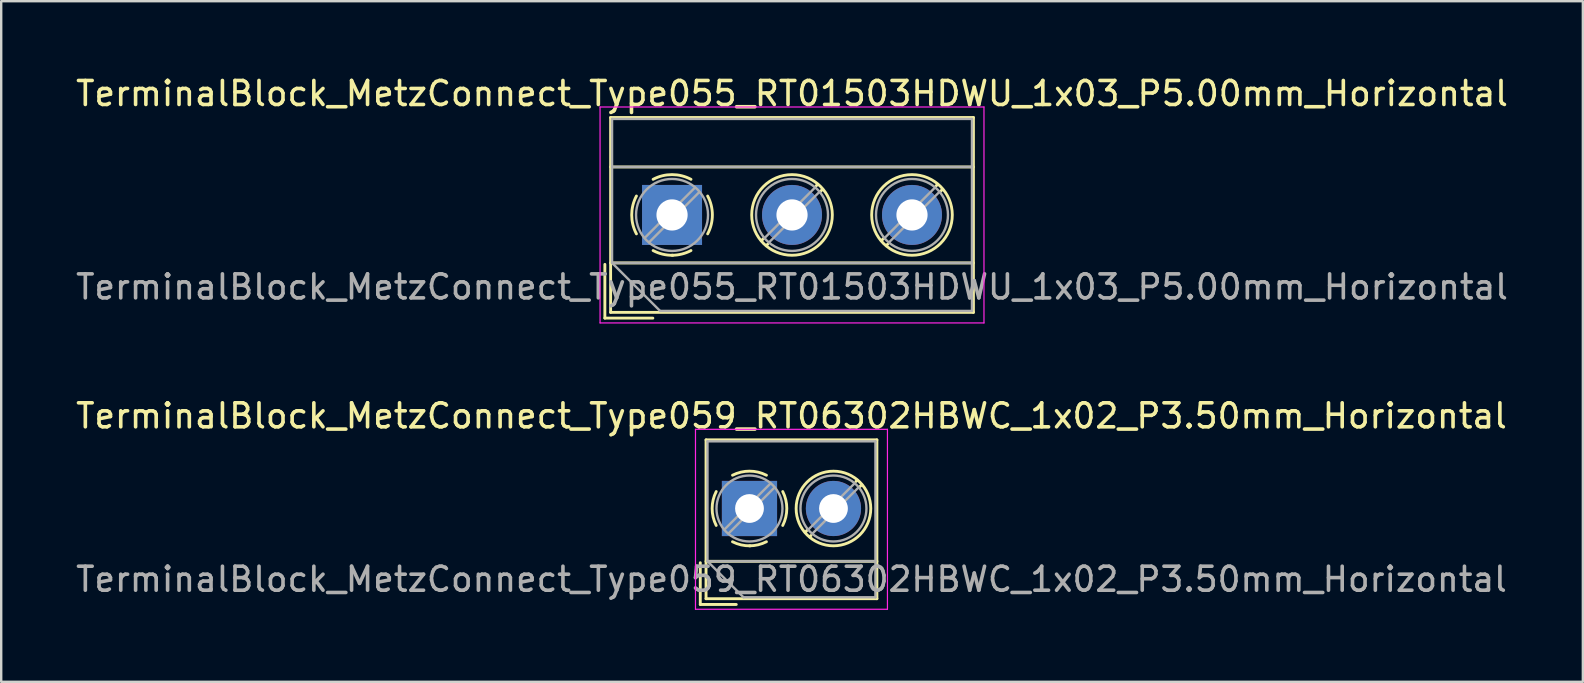
<source format=kicad_pcb>
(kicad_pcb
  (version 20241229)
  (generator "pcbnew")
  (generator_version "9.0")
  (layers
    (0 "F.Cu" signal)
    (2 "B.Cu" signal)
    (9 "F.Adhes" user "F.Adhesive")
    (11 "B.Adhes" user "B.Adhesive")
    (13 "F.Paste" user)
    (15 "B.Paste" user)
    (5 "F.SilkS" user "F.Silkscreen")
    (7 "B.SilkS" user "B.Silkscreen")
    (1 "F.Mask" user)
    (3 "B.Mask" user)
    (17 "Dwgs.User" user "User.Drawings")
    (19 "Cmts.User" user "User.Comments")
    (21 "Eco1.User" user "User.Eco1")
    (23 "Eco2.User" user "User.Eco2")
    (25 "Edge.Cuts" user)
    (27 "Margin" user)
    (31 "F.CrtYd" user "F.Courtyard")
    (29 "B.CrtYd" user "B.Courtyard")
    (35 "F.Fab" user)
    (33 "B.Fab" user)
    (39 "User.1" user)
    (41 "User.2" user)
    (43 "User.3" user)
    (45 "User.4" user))
  (footprint "TerminalBlock_MetzConnect_Type055_RT01503HDWU_1x03_P5.00mm_Horizontal"
    (layer "F.Cu")
    (at 24.958 5.908)
    (property "Reference" "TerminalBlock_MetzConnect_Type055_RT01503HDWU_1x03_P5.00mm_Horizontal" (at 5 -5.06 0) (layer "F.SilkS") (effects (font (size 1 1) (thickness 0.15))))
    (attr through_hole)
    (fp_line (start -2.8 2.06) (end -2.8 4.3) (stroke (width 0.12) (type solid)) (layer "F.SilkS"))
    (fp_line (start -2.8 4.3) (end -0.8 4.3) (stroke (width 0.12) (type solid)) (layer "F.SilkS"))
    (fp_line (start -2.56 -4.06) (end -2.56 4.06) (stroke (width 0.12) (type solid)) (layer "F.SilkS"))
    (fp_line (start -2.56 -4.06) (end 12.56 -4.06) (stroke (width 0.12) (type solid)) (layer "F.SilkS"))
    (fp_line (start -2.56 -2) (end 12.56 -2) (stroke (width 0.12) (type solid)) (layer "F.SilkS"))
    (fp_line (start -2.56 2) (end 12.56 2) (stroke (width 0.12) (type solid)) (layer "F.SilkS"))
    (fp_line (start -2.56 4.06) (end 12.56 4.06) (stroke (width 0.12) (type solid)) (layer "F.SilkS"))
    (fp_line (start 3.82 0.976) (end 3.726 1.069) (stroke (width 0.12) (type solid)) (layer "F.SilkS"))
    (fp_line (start 3.99 1.216) (end 3.931 1.274) (stroke (width 0.12) (type solid)) (layer "F.SilkS"))
    (fp_line (start 6.07 -1.275) (end 6.011 -1.216) (stroke (width 0.12) (type solid)) (layer "F.SilkS"))
    (fp_line (start 6.275 -1.069) (end 6.181 -0.976) (stroke (width 0.12) (type solid)) (layer "F.SilkS"))
    (fp_line (start 8.82 0.976) (end 8.726 1.069) (stroke (width 0.12) (type solid)) (layer "F.SilkS"))
    (fp_line (start 8.99 1.216) (end 8.931 1.274) (stroke (width 0.12) (type solid)) (layer "F.SilkS"))
    (fp_line (start 11.07 -1.275) (end 11.011 -1.216) (stroke (width 0.12) (type solid)) (layer "F.SilkS"))
    (fp_line (start 11.275 -1.069) (end 11.181 -0.976) (stroke (width 0.12) (type solid)) (layer "F.SilkS"))
    (fp_line (start 12.56 -4.06) (end 12.56 4.06) (stroke (width 0.12) (type solid)) (layer "F.SilkS"))
    (fp_arc (start -1.483953 0.789089) (mid -1.680708 0.00005) (end -1.484 -0.789) (stroke (width 0.12) (type solid)) (layer "F.SilkS"))
    (fp_arc (start -0.789089 -1.483953) (mid -0.00005 -1.680708) (end 0.789 -1.484) (stroke (width 0.12) (type solid)) (layer "F.SilkS"))
    (fp_arc (start 0.029383 1.68045) (mid -0.392304 1.634281) (end -0.789 1.484) (stroke (width 0.12) (type solid)) (layer "F.SilkS"))
    (fp_arc (start 0.788712 1.483352) (mid 0.406429 1.630097) (end 0 1.68) (stroke (width 0.12) (type solid)) (layer "F.SilkS"))
    (fp_arc (start 1.483953 -0.789089) (mid 1.680708 -0.00005) (end 1.484 0.789) (stroke (width 0.12) (type solid)) (layer "F.SilkS"))
    (fp_circle (center 5 0) (end 6.68 0) (stroke (width 0.12) (type solid)) (fill no) (layer "F.SilkS"))
    (fp_circle (center 10 0) (end 11.68 0) (stroke (width 0.12) (type solid)) (fill no) (layer "F.SilkS"))
    (fp_line (start -3 -4.5) (end -3 4.5) (stroke (width 0.05) (type solid)) (layer "F.CrtYd"))
    (fp_line (start -3 4.5) (end 13 4.5) (stroke (width 0.05) (type solid)) (layer "F.CrtYd"))
    (fp_line (start 13 -4.5) (end -3 -4.5) (stroke (width 0.05) (type solid)) (layer "F.CrtYd"))
    (fp_line (start 13 4.5) (end 13 -4.5) (stroke (width 0.05) (type solid)) (layer "F.CrtYd"))
    (fp_line (start -2.5 -4) (end 12.5 -4) (stroke (width 0.1) (type solid)) (layer "F.Fab"))
    (fp_line (start -2.5 -2) (end 12.5 -2) (stroke (width 0.1) (type solid)) (layer "F.Fab"))
    (fp_line (start -2.5 2) (end -2.5 -4) (stroke (width 0.1) (type solid)) (layer "F.Fab"))
    (fp_line (start -2.5 2) (end 12.5 2) (stroke (width 0.1) (type solid)) (layer "F.Fab"))
    (fp_line (start -0.5 4) (end -2.5 2) (stroke (width 0.1) (type solid)) (layer "F.Fab"))
    (fp_line (start 0.955 -1.138) (end -1.138 0.955) (stroke (width 0.1) (type solid)) (layer "F.Fab"))
    (fp_line (start 1.138 -0.955) (end -0.955 1.138) (stroke (width 0.1) (type solid)) (layer "F.Fab"))
    (fp_line (start 5.955 -1.138) (end 3.863 0.955) (stroke (width 0.1) (type solid)) (layer "F.Fab"))
    (fp_line (start 6.138 -0.955) (end 4.046 1.138) (stroke (width 0.1) (type solid)) (layer "F.Fab"))
    (fp_line (start 10.955 -1.138) (end 8.863 0.955) (stroke (width 0.1) (type solid)) (layer "F.Fab"))
    (fp_line (start 11.138 -0.955) (end 9.046 1.138) (stroke (width 0.1) (type solid)) (layer "F.Fab"))
    (fp_line (start 12.5 -4) (end 12.5 4) (stroke (width 0.1) (type solid)) (layer "F.Fab"))
    (fp_line (start 12.5 4) (end -0.5 4) (stroke (width 0.1) (type solid)) (layer "F.Fab"))
    (fp_circle (center 0 0) (end 1.5 0) (stroke (width 0.1) (type solid)) (fill no) (layer "F.Fab"))
    (fp_circle (center 5 0) (end 6.5 0) (stroke (width 0.1) (type solid)) (fill no) (layer "F.Fab"))
    (fp_circle (center 10 0) (end 11.5 0) (stroke (width 0.1) (type solid)) (fill no) (layer "F.Fab"))
    (fp_text user "${REFERENCE}" (at 5 3 0) (layer "F.Fab") (effects (font (size 1 1) (thickness 0.15))))
    (pad "1" thru_hole rect (at 0 0) (size 2.5 2.5) (drill 1.3) (layers "*.Cu" "*.Mask"))
    (pad "2" thru_hole circle (at 5 0) (size 2.5 2.5) (drill 1.3) (layers "*.Cu" "*.Mask"))
    (pad "3" thru_hole circle (at 10 0) (size 2.5 2.5) (drill 1.3) (layers "*.Cu" "*.Mask")))
  (footprint "TerminalBlock_MetzConnect_Type059_RT06302HBWC_1x02_P3.50mm_Horizontal"
    (layer "F.Cu")
    (at 28.185 18.142)
    (property "Reference" "TerminalBlock_MetzConnect_Type059_RT06302HBWC_1x02_P3.50mm_Horizontal" (at 1.75 -3.86 0) (layer "F.SilkS") (effects (font (size 1 1) (thickness 0.15))))
    (attr through_hole)
    (fp_line (start -2.05 2.26) (end -2.05 4) (stroke (width 0.12) (type solid)) (layer "F.SilkS"))
    (fp_line (start -2.05 4) (end -0.55 4) (stroke (width 0.12) (type solid)) (layer "F.SilkS"))
    (fp_line (start -1.81 -2.86) (end -1.81 3.76) (stroke (width 0.12) (type solid)) (layer "F.SilkS"))
    (fp_line (start -1.81 -2.86) (end 5.31 -2.86) (stroke (width 0.12) (type solid)) (layer "F.SilkS"))
    (fp_line (start -1.81 2.2) (end 5.31 2.2) (stroke (width 0.12) (type solid)) (layer "F.SilkS"))
    (fp_line (start -1.81 3.76) (end 5.31 3.76) (stroke (width 0.12) (type solid)) (layer "F.SilkS"))
    (fp_line (start 2.397 0.914) (end 2.321 0.99) (stroke (width 0.12) (type solid)) (layer "F.SilkS"))
    (fp_line (start 2.565 1.125) (end 2.511 1.18) (stroke (width 0.12) (type solid)) (layer "F.SilkS"))
    (fp_line (start 4.49 -1.18) (end 4.436 -1.126) (stroke (width 0.12) (type solid)) (layer "F.SilkS"))
    (fp_line (start 4.68 -0.99) (end 4.604 -0.914) (stroke (width 0.12) (type solid)) (layer "F.SilkS"))
    (fp_line (start 5.31 -2.86) (end 5.31 3.76) (stroke (width 0.12) (type solid)) (layer "F.SilkS"))
    (fp_arc (start -1.386645 0.705733) (mid -1.555906 -0.000711) (end -1.386 -0.707) (stroke (width 0.12) (type solid)) (layer "F.SilkS"))
    (fp_arc (start -0.705733 -1.386645) (mid 0.000711 -1.555906) (end 0.707 -1.386) (stroke (width 0.12) (type solid)) (layer "F.SilkS"))
    (fp_arc (start 0.026444 1.555682) (mid -0.350695 1.515869) (end -0.707 1.386) (stroke (width 0.12) (type solid)) (layer "F.SilkS"))
    (fp_arc (start 0.705955 1.385515) (mid 0.363007 1.512035) (end 0 1.555) (stroke (width 0.12) (type solid)) (layer "F.SilkS"))
    (fp_arc (start 1.386645 -0.705733) (mid 1.555906 0.000711) (end 1.386 0.707) (stroke (width 0.12) (type solid)) (layer "F.SilkS"))
    (fp_circle (center 3.5 0) (end 5.055 0) (stroke (width 0.12) (type solid)) (fill no) (layer "F.SilkS"))
    (fp_line (start -2.25 -3.3) (end -2.25 4.2) (stroke (width 0.05) (type solid)) (layer "F.CrtYd"))
    (fp_line (start -2.25 4.2) (end 5.75 4.2) (stroke (width 0.05) (type solid)) (layer "F.CrtYd"))
    (fp_line (start 5.75 -3.3) (end -2.25 -3.3) (stroke (width 0.05) (type solid)) (layer "F.CrtYd"))
    (fp_line (start 5.75 4.2) (end 5.75 -3.3) (stroke (width 0.05) (type solid)) (layer "F.CrtYd"))
    (fp_line (start -1.75 -2.8) (end 5.25 -2.8) (stroke (width 0.1) (type solid)) (layer "F.Fab"))
    (fp_line (start -1.75 2.2) (end -1.75 -2.8) (stroke (width 0.1) (type solid)) (layer "F.Fab"))
    (fp_line (start -1.75 2.2) (end 5.25 2.2) (stroke (width 0.1) (type solid)) (layer "F.Fab"))
    (fp_line (start -0.25 3.7) (end -1.75 2.2) (stroke (width 0.1) (type solid)) (layer "F.Fab"))
    (fp_line (start 0.876 -1.043) (end -1.043 0.875) (stroke (width 0.1) (type solid)) (layer "F.Fab"))
    (fp_line (start 1.043 -0.875) (end -0.876 1.043) (stroke (width 0.1) (type solid)) (layer "F.Fab"))
    (fp_line (start 4.376 -1.043) (end 2.458 0.875) (stroke (width 0.1) (type solid)) (layer "F.Fab"))
    (fp_line (start 4.543 -0.875) (end 2.625 1.043) (stroke (width 0.1) (type solid)) (layer "F.Fab"))
    (fp_line (start 5.25 -2.8) (end 5.25 3.7) (stroke (width 0.1) (type solid)) (layer "F.Fab"))
    (fp_line (start 5.25 3.7) (end -0.25 3.7) (stroke (width 0.1) (type solid)) (layer "F.Fab"))
    (fp_circle (center 0 0) (end 1.375 0) (stroke (width 0.1) (type solid)) (fill no) (layer "F.Fab"))
    (fp_circle (center 3.5 0) (end 4.875 0) (stroke (width 0.1) (type solid)) (fill no) (layer "F.Fab"))
    (fp_text user "${REFERENCE}" (at 1.75 2.95 0) (layer "F.Fab") (effects (font (size 1 1) (thickness 0.15))))
    (pad "1" thru_hole rect (at 0 0) (size 2.3 2.3) (drill 1.2) (layers "*.Cu" "*.Mask"))
    (pad "2" thru_hole circle (at 3.5 0) (size 2.3 2.3) (drill 1.2) (layers "*.Cu" "*.Mask")))
  (gr_rect
    (start -3 -3)
    (end 62.917 25.366)
    (stroke (width 0.1) (type default))
    (fill no)
    (layer "Edge.Cuts")))
</source>
